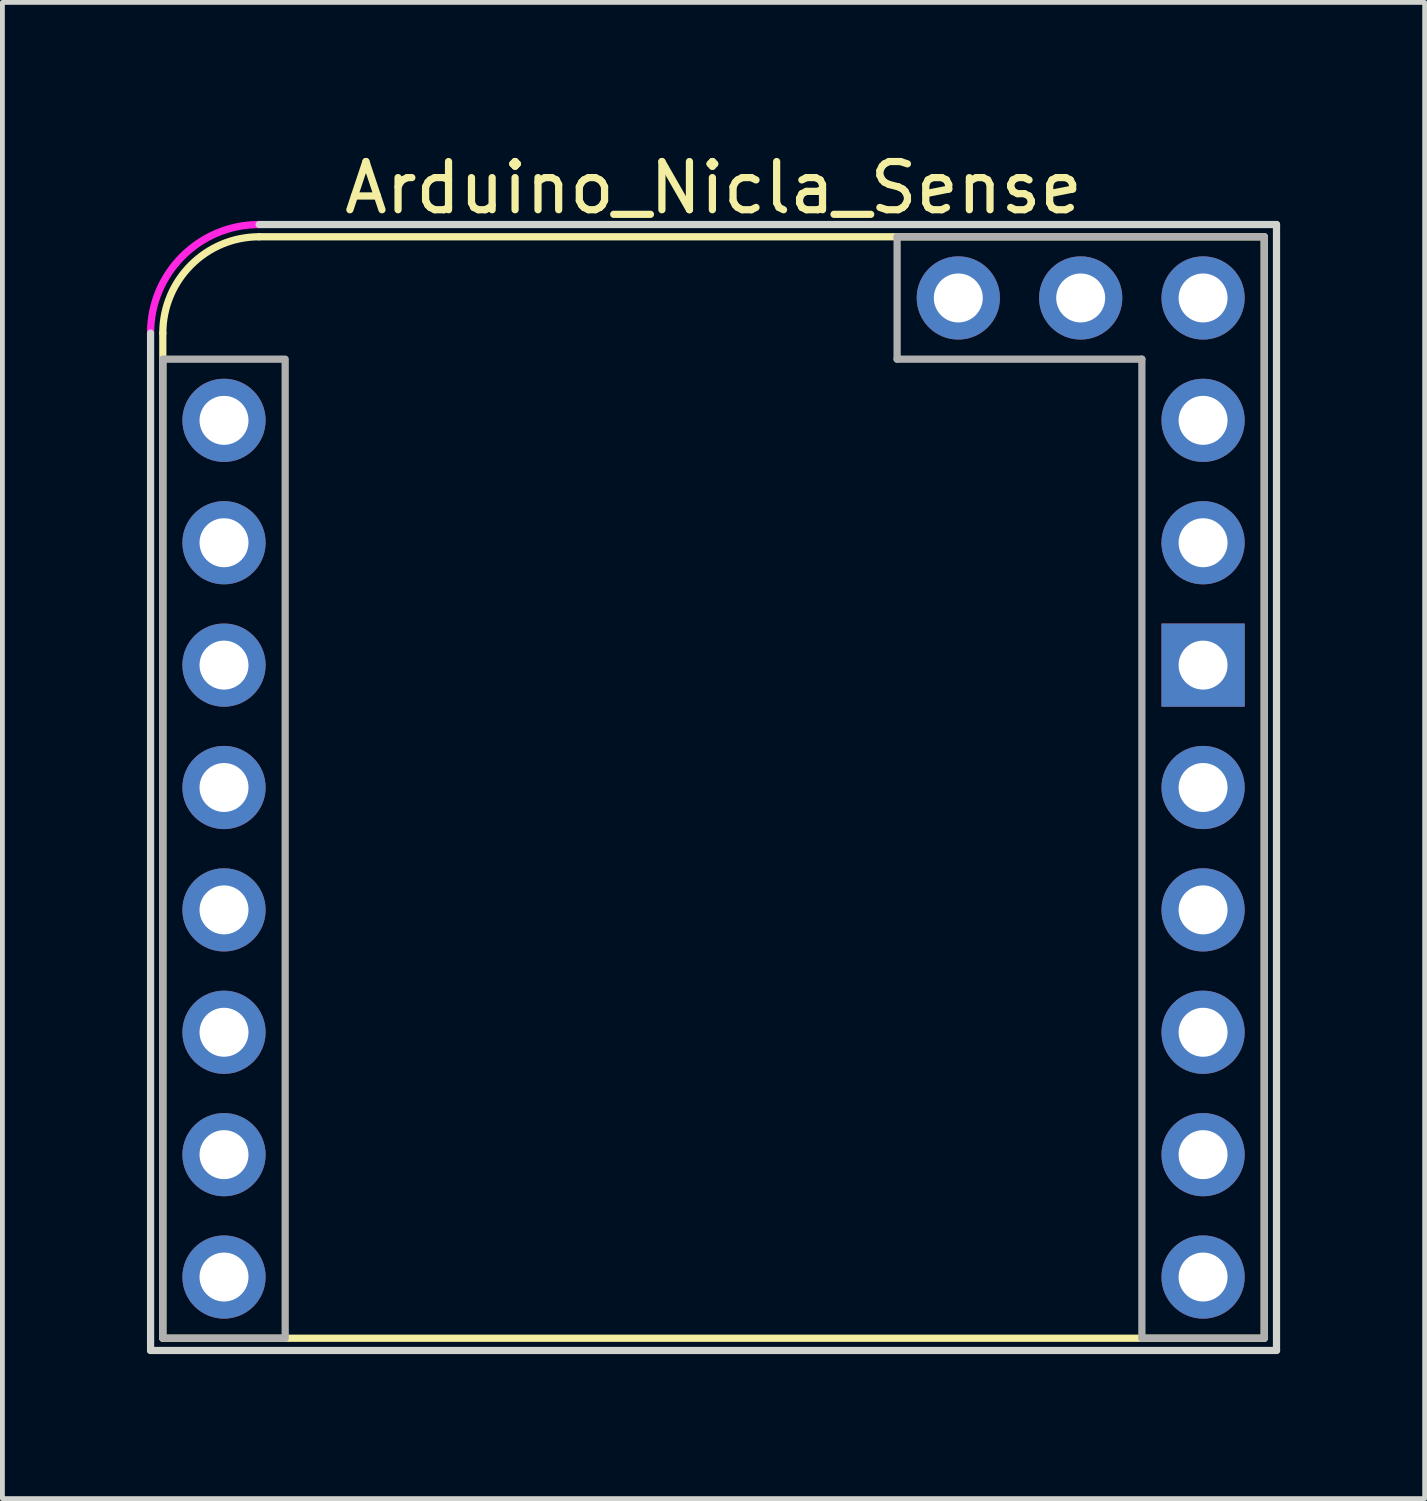
<source format=kicad_pcb>
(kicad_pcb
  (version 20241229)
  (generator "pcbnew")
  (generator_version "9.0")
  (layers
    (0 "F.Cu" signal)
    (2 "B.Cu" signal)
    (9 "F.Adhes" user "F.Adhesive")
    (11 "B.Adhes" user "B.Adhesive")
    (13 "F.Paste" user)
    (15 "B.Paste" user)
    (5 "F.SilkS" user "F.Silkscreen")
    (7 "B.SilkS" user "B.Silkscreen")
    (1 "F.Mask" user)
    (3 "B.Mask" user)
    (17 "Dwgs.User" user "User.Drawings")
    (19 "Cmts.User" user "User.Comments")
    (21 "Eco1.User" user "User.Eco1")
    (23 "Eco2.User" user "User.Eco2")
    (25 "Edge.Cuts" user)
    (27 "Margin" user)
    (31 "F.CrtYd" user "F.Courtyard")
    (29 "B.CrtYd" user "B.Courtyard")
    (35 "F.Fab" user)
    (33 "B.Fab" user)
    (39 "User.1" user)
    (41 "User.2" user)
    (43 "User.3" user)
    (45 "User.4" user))
  (footprint "Arduino_Nicla_Sense"
    (layer "F.Cu")
    (at 0.329 1.864)
    (property "Reference" "Arduino_Nicla_Sense" (at 11.43 -1.016 0) (unlocked yes) (layer "F.SilkS") (effects (font (size 1 1) (thickness 0.15))))
    (attr through_hole)
    (fp_line (start 0 22.86) (end 0 2) (stroke (width 0.15) (type solid)) (layer "F.SilkS"))
    (fp_line (start 0 22.86) (end 22.86 22.86) (stroke (width 0.15) (type solid)) (layer "F.SilkS"))
    (fp_line (start 2 0) (end 22.86 0) (stroke (width 0.15) (type solid)) (layer "F.SilkS"))
    (fp_line (start 22.86 0) (end 22.86 22.86) (stroke (width 0.15) (type solid)) (layer "F.SilkS"))
    (fp_arc (start 0 2) (mid 0.585786 0.585786) (end 2 0) (stroke (width 0.15) (type solid)) (layer "F.SilkS"))
    (fp_line (start -0.254 2) (end -0.254 23.114) (stroke (width 0.15) (type solid)) (layer "Edge.Cuts"))
    (fp_line (start -0.254 23.114) (end 23.114 23.114) (stroke (width 0.15) (type solid)) (layer "Edge.Cuts"))
    (fp_line (start 23.114 -0.254) (end 2 -0.254) (stroke (width 0.15) (type solid)) (layer "Edge.Cuts"))
    (fp_line (start 23.114 -0.254) (end 23.114 23.114) (stroke (width 0.15) (type solid)) (layer "Edge.Cuts"))
    (fp_arc (start -0.254 2) (mid 0.406181 0.406181) (end 2 -0.254) (stroke (width 0.15) (type solid)) (layer "F.CrtYd"))
    (fp_line (start 15.24 0) (end 15.24 2.54) (stroke (width 0.15) (type solid)) (layer "F.Fab"))
    (fp_line (start 15.24 2.54) (end 20.32 2.54) (stroke (width 0.15) (type solid)) (layer "F.Fab"))
    (fp_line (start 20.32 2.54) (end 20.32 22.86) (stroke (width 0.15) (type solid)) (layer "F.Fab"))
    (fp_line (start 20.32 22.86) (end 22.86 22.86) (stroke (width 0.15) (type solid)) (layer "F.Fab"))
    (fp_line (start 22.86 0) (end 15.24 0) (stroke (width 0.15) (type solid)) (layer "F.Fab"))
    (fp_line (start 22.86 22.86) (end 22.86 0) (stroke (width 0.15) (type solid)) (layer "F.Fab"))
    (fp_rect (start 0 2.54) (end 2.54 22.86) (stroke (width 0.15) (type solid)) (fill no) (layer "F.Fab"))
    (pad "1" thru_hole circle (at 1.27 3.81) (size 1.727 1.727) (drill 1.016) (layers "*.Cu" "*.Mask"))
    (pad "2" thru_hole circle (at 1.27 6.35) (size 1.727 1.727) (drill 1.016) (layers "*.Cu" "*.Mask"))
    (pad "3" thru_hole circle (at 1.27 8.89) (size 1.727 1.727) (drill 1.016) (layers "*.Cu" "*.Mask"))
    (pad "4" thru_hole circle (at 1.27 11.43) (size 1.727 1.727) (drill 1.016) (layers "*.Cu" "*.Mask"))
    (pad "5" thru_hole circle (at 1.27 13.97) (size 1.727 1.727) (drill 1.016) (layers "*.Cu" "*.Mask"))
    (pad "6" thru_hole circle (at 1.27 16.51) (size 1.727 1.727) (drill 1.016) (layers "*.Cu" "*.Mask"))
    (pad "7" thru_hole circle (at 1.27 19.05) (size 1.727 1.727) (drill 1.016) (layers "*.Cu" "*.Mask"))
    (pad "8" thru_hole circle (at 1.27 21.59) (size 1.727 1.727) (drill 1.016) (layers "*.Cu" "*.Mask"))
    (pad "9" thru_hole circle (at 21.59 21.59) (size 1.727 1.727) (drill 1.016) (layers "*.Cu" "*.Mask"))
    (pad "10" thru_hole circle (at 21.59 19.05) (size 1.727 1.727) (drill 1.016) (layers "*.Cu" "*.Mask"))
    (pad "11" thru_hole circle (at 21.59 16.51) (size 1.727 1.727) (drill 1.016) (layers "*.Cu" "*.Mask"))
    (pad "12" thru_hole circle (at 21.59 13.97) (size 1.727 1.727) (drill 1.016) (layers "*.Cu" "*.Mask"))
    (pad "13" thru_hole circle (at 21.59 11.43) (size 1.727 1.727) (drill 1.016) (layers "*.Cu" "*.Mask"))
    (pad "14" thru_hole rect (at 21.59 8.89) (size 1.727 1.727) (drill 1.016) (layers "*.Cu" "*.Mask"))
    (pad "15" thru_hole circle (at 21.59 6.35) (size 1.727 1.727) (drill 1.016) (layers "*.Cu" "*.Mask"))
    (pad "16" thru_hole circle (at 21.59 3.81) (size 1.727 1.727) (drill 1.016) (layers "*.Cu" "*.Mask"))
    (pad "17" thru_hole circle (at 21.59 1.27) (size 1.727 1.727) (drill 1.016) (layers "*.Cu" "*.Mask"))
    (pad "18" thru_hole circle (at 19.05 1.27) (size 1.727 1.727) (drill 1.016) (layers "*.Cu" "*.Mask"))
    (pad "19" thru_hole circle (at 16.51 1.27) (size 1.727 1.727) (drill 1.016) (layers "*.Cu" "*.Mask")))
  (gr_rect
    (start -3 -3)
    (end 26.518 28.053)
    (stroke (width 0.1) (type default))
    (fill no)
    (layer "Edge.Cuts")))
</source>
